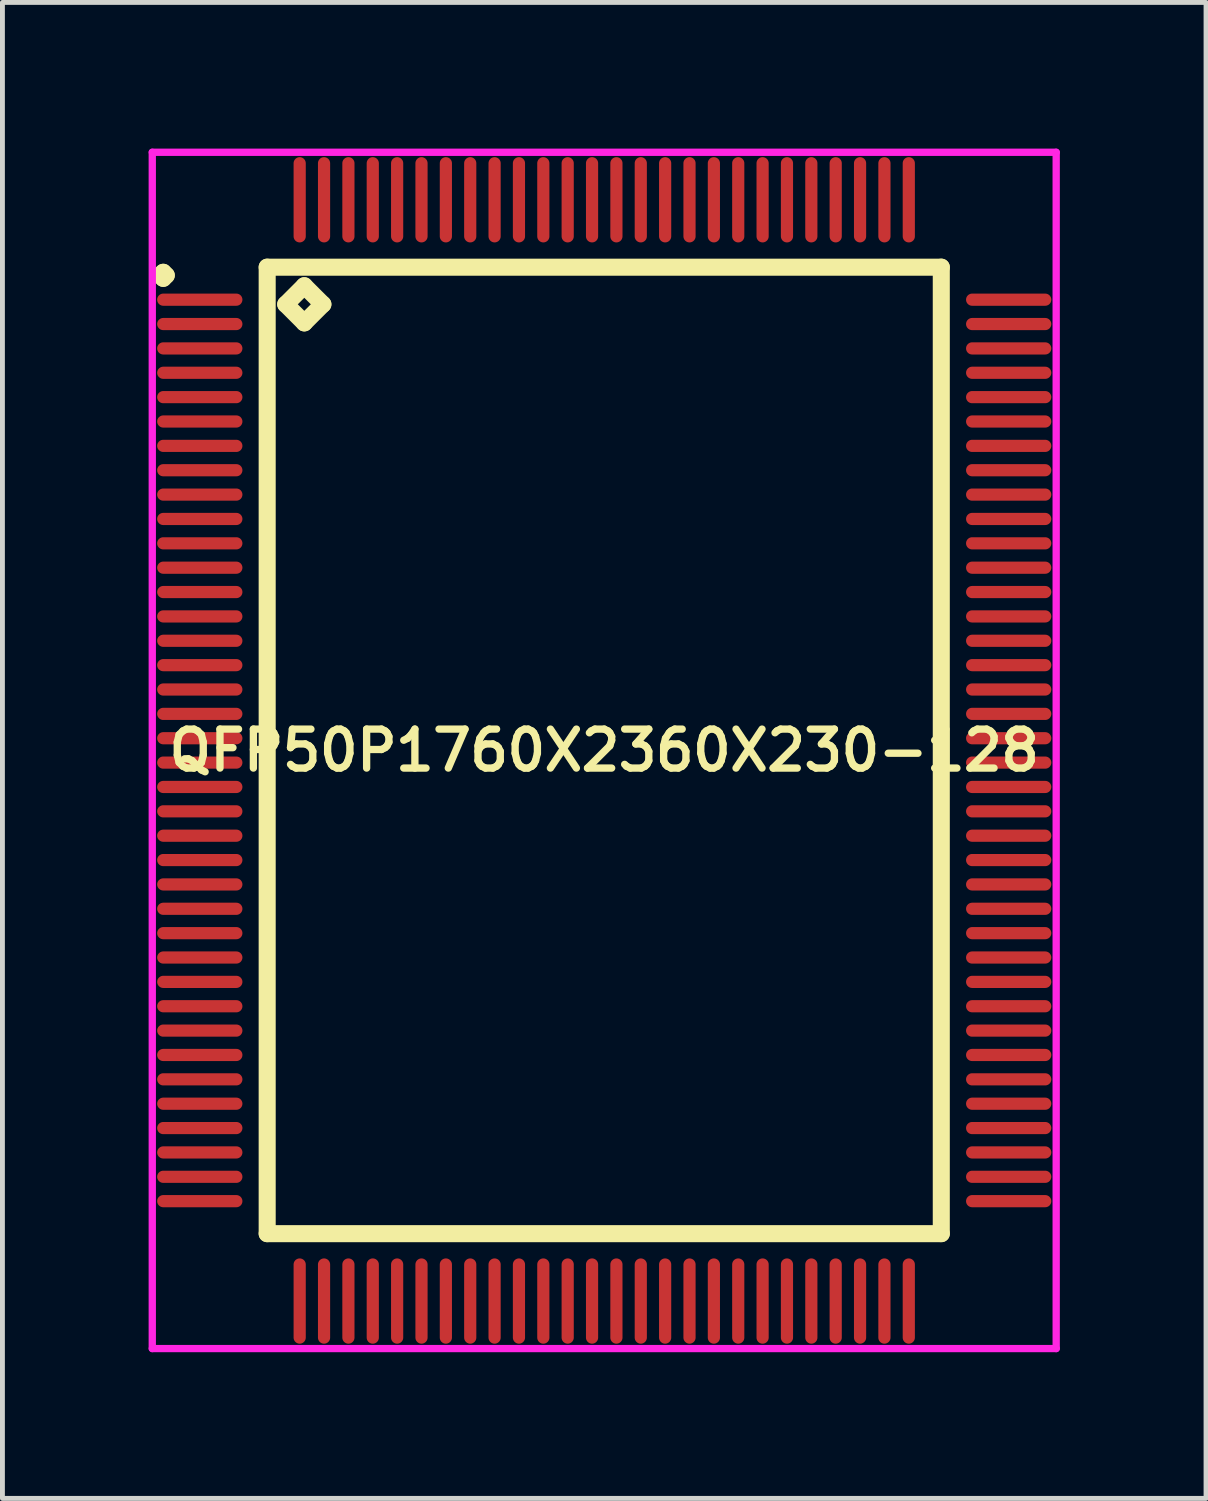
<source format=kicad_pcb>
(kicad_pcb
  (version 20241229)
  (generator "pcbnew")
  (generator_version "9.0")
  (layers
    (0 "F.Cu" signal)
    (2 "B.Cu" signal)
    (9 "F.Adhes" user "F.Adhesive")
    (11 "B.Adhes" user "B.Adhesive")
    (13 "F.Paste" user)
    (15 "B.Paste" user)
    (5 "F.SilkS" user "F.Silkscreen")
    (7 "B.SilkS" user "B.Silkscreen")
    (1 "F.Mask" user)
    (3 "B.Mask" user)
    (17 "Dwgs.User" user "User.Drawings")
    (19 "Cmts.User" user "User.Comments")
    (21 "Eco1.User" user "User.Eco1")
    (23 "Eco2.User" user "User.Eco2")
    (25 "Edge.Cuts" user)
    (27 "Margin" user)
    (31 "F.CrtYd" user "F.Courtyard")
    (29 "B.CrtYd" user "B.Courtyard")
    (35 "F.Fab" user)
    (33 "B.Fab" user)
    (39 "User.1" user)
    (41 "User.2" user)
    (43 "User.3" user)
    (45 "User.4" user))
  (footprint "QFP50P1760X2360X230-128"
    (layer "F.Cu")
    (at 9.35 12.35)
    (property "Reference" "QFP50P1760X2360X230-128" (at 0 0 0) (layer "F.SilkS") (effects (font (size 0.8 0.8) (thickness 0.15))))
    (attr smd)
    (fp_line (start -9.113 -9.75) (end -9.05 -9.812) (stroke (width 0.35) (type solid)) (layer "F.SilkS"))
    (fp_line (start -9.05 -9.812) (end -8.988 -9.75) (stroke (width 0.35) (type solid)) (layer "F.SilkS"))
    (fp_line (start -9.05 -9.688) (end -9.113 -9.75) (stroke (width 0.35) (type solid)) (layer "F.SilkS"))
    (fp_line (start -8.988 -9.75) (end -9.05 -9.688) (stroke (width 0.35) (type solid)) (layer "F.SilkS"))
    (fp_line (start -6.917 -9.917) (end -6.917 9.917) (stroke (width 0.35) (type solid)) (layer "F.SilkS"))
    (fp_line (start -6.917 9.917) (end 6.917 9.917) (stroke (width 0.35) (type solid)) (layer "F.SilkS"))
    (fp_line (start -6.536 -9.155) (end -6.155 -9.536) (stroke (width 0.35) (type solid)) (layer "F.SilkS"))
    (fp_line (start -6.155 -9.536) (end -5.774 -9.155) (stroke (width 0.35) (type solid)) (layer "F.SilkS"))
    (fp_line (start -6.155 -8.774) (end -6.536 -9.155) (stroke (width 0.35) (type solid)) (layer "F.SilkS"))
    (fp_line (start -5.774 -9.155) (end -6.155 -8.774) (stroke (width 0.35) (type solid)) (layer "F.SilkS"))
    (fp_line (start 6.917 -9.917) (end -6.917 -9.917) (stroke (width 0.35) (type solid)) (layer "F.SilkS"))
    (fp_line (start 6.917 9.917) (end 6.917 -9.917) (stroke (width 0.35) (type solid)) (layer "F.SilkS"))
    (fp_line (start -9.275 -12.275) (end 9.275 -12.275) (stroke (width 0.15) (type solid)) (layer "F.CrtYd"))
    (fp_line (start -9.275 12.275) (end -9.275 -12.275) (stroke (width 0.15) (type solid)) (layer "F.CrtYd"))
    (fp_line (start 9.275 -12.275) (end 9.275 12.275) (stroke (width 0.15) (type solid)) (layer "F.CrtYd"))
    (fp_line (start 9.275 12.275) (end -9.275 12.275) (stroke (width 0.15) (type solid)) (layer "F.CrtYd"))
    (pad "1" smd oval (at -8.3 -9.25) (size 1.75 0.25) (layers "F.Cu" "F.Mask" "F.Paste"))
    (pad "2" smd oval (at -8.3 -8.75) (size 1.75 0.25) (layers "F.Cu" "F.Mask" "F.Paste"))
    (pad "3" smd oval (at -8.3 -8.25) (size 1.75 0.25) (layers "F.Cu" "F.Mask" "F.Paste"))
    (pad "4" smd oval (at -8.3 -7.75) (size 1.75 0.25) (layers "F.Cu" "F.Mask" "F.Paste"))
    (pad "5" smd oval (at -8.3 -7.25) (size 1.75 0.25) (layers "F.Cu" "F.Mask" "F.Paste"))
    (pad "6" smd oval (at -8.3 -6.75) (size 1.75 0.25) (layers "F.Cu" "F.Mask" "F.Paste"))
    (pad "7" smd oval (at -8.3 -6.25) (size 1.75 0.25) (layers "F.Cu" "F.Mask" "F.Paste"))
    (pad "8" smd oval (at -8.3 -5.75) (size 1.75 0.25) (layers "F.Cu" "F.Mask" "F.Paste"))
    (pad "9" smd oval (at -8.3 -5.25) (size 1.75 0.25) (layers "F.Cu" "F.Mask" "F.Paste"))
    (pad "10" smd oval (at -8.3 -4.75) (size 1.75 0.25) (layers "F.Cu" "F.Mask" "F.Paste"))
    (pad "11" smd oval (at -8.3 -4.25) (size 1.75 0.25) (layers "F.Cu" "F.Mask" "F.Paste"))
    (pad "12" smd oval (at -8.3 -3.75) (size 1.75 0.25) (layers "F.Cu" "F.Mask" "F.Paste"))
    (pad "13" smd oval (at -8.3 -3.25) (size 1.75 0.25) (layers "F.Cu" "F.Mask" "F.Paste"))
    (pad "14" smd oval (at -8.3 -2.75) (size 1.75 0.25) (layers "F.Cu" "F.Mask" "F.Paste"))
    (pad "15" smd oval (at -8.3 -2.25) (size 1.75 0.25) (layers "F.Cu" "F.Mask" "F.Paste"))
    (pad "16" smd oval (at -8.3 -1.75) (size 1.75 0.25) (layers "F.Cu" "F.Mask" "F.Paste"))
    (pad "17" smd oval (at -8.3 -1.25) (size 1.75 0.25) (layers "F.Cu" "F.Mask" "F.Paste"))
    (pad "18" smd oval (at -8.3 -0.75) (size 1.75 0.25) (layers "F.Cu" "F.Mask" "F.Paste"))
    (pad "19" smd oval (at -8.3 -0.25) (size 1.75 0.25) (layers "F.Cu" "F.Mask" "F.Paste"))
    (pad "20" smd oval (at -8.3 0.25) (size 1.75 0.25) (layers "F.Cu" "F.Mask" "F.Paste"))
    (pad "21" smd oval (at -8.3 0.75) (size 1.75 0.25) (layers "F.Cu" "F.Mask" "F.Paste"))
    (pad "22" smd oval (at -8.3 1.25) (size 1.75 0.25) (layers "F.Cu" "F.Mask" "F.Paste"))
    (pad "23" smd oval (at -8.3 1.75) (size 1.75 0.25) (layers "F.Cu" "F.Mask" "F.Paste"))
    (pad "24" smd oval (at -8.3 2.25) (size 1.75 0.25) (layers "F.Cu" "F.Mask" "F.Paste"))
    (pad "25" smd oval (at -8.3 2.75) (size 1.75 0.25) (layers "F.Cu" "F.Mask" "F.Paste"))
    (pad "26" smd oval (at -8.3 3.25) (size 1.75 0.25) (layers "F.Cu" "F.Mask" "F.Paste"))
    (pad "27" smd oval (at -8.3 3.75) (size 1.75 0.25) (layers "F.Cu" "F.Mask" "F.Paste"))
    (pad "28" smd oval (at -8.3 4.25) (size 1.75 0.25) (layers "F.Cu" "F.Mask" "F.Paste"))
    (pad "29" smd oval (at -8.3 4.75) (size 1.75 0.25) (layers "F.Cu" "F.Mask" "F.Paste"))
    (pad "30" smd oval (at -8.3 5.25) (size 1.75 0.25) (layers "F.Cu" "F.Mask" "F.Paste"))
    (pad "31" smd oval (at -8.3 5.75) (size 1.75 0.25) (layers "F.Cu" "F.Mask" "F.Paste"))
    (pad "32" smd oval (at -8.3 6.25) (size 1.75 0.25) (layers "F.Cu" "F.Mask" "F.Paste"))
    (pad "33" smd oval (at -8.3 6.75) (size 1.75 0.25) (layers "F.Cu" "F.Mask" "F.Paste"))
    (pad "34" smd oval (at -8.3 7.25) (size 1.75 0.25) (layers "F.Cu" "F.Mask" "F.Paste"))
    (pad "35" smd oval (at -8.3 7.75) (size 1.75 0.25) (layers "F.Cu" "F.Mask" "F.Paste"))
    (pad "36" smd oval (at -8.3 8.25) (size 1.75 0.25) (layers "F.Cu" "F.Mask" "F.Paste"))
    (pad "37" smd oval (at -8.3 8.75) (size 1.75 0.25) (layers "F.Cu" "F.Mask" "F.Paste"))
    (pad "38" smd oval (at -8.3 9.25) (size 1.75 0.25) (layers "F.Cu" "F.Mask" "F.Paste"))
    (pad "39" smd oval (at -6.25 11.3) (size 0.25 1.75) (layers "F.Cu" "F.Mask" "F.Paste"))
    (pad "40" smd oval (at -5.75 11.3) (size 0.25 1.75) (layers "F.Cu" "F.Mask" "F.Paste"))
    (pad "41" smd oval (at -5.25 11.3) (size 0.25 1.75) (layers "F.Cu" "F.Mask" "F.Paste"))
    (pad "42" smd oval (at -4.75 11.3) (size 0.25 1.75) (layers "F.Cu" "F.Mask" "F.Paste"))
    (pad "43" smd oval (at -4.25 11.3) (size 0.25 1.75) (layers "F.Cu" "F.Mask" "F.Paste"))
    (pad "44" smd oval (at -3.75 11.3) (size 0.25 1.75) (layers "F.Cu" "F.Mask" "F.Paste"))
    (pad "45" smd oval (at -3.25 11.3) (size 0.25 1.75) (layers "F.Cu" "F.Mask" "F.Paste"))
    (pad "46" smd oval (at -2.75 11.3) (size 0.25 1.75) (layers "F.Cu" "F.Mask" "F.Paste"))
    (pad "47" smd oval (at -2.25 11.3) (size 0.25 1.75) (layers "F.Cu" "F.Mask" "F.Paste"))
    (pad "48" smd oval (at -1.75 11.3) (size 0.25 1.75) (layers "F.Cu" "F.Mask" "F.Paste"))
    (pad "49" smd oval (at -1.25 11.3) (size 0.25 1.75) (layers "F.Cu" "F.Mask" "F.Paste"))
    (pad "50" smd oval (at -0.75 11.3) (size 0.25 1.75) (layers "F.Cu" "F.Mask" "F.Paste"))
    (pad "51" smd oval (at -0.25 11.3) (size 0.25 1.75) (layers "F.Cu" "F.Mask" "F.Paste"))
    (pad "52" smd oval (at 0.25 11.3) (size 0.25 1.75) (layers "F.Cu" "F.Mask" "F.Paste"))
    (pad "53" smd oval (at 0.75 11.3) (size 0.25 1.75) (layers "F.Cu" "F.Mask" "F.Paste"))
    (pad "54" smd oval (at 1.25 11.3) (size 0.25 1.75) (layers "F.Cu" "F.Mask" "F.Paste"))
    (pad "55" smd oval (at 1.75 11.3) (size 0.25 1.75) (layers "F.Cu" "F.Mask" "F.Paste"))
    (pad "56" smd oval (at 2.25 11.3) (size 0.25 1.75) (layers "F.Cu" "F.Mask" "F.Paste"))
    (pad "57" smd oval (at 2.75 11.3) (size 0.25 1.75) (layers "F.Cu" "F.Mask" "F.Paste"))
    (pad "58" smd oval (at 3.25 11.3) (size 0.25 1.75) (layers "F.Cu" "F.Mask" "F.Paste"))
    (pad "59" smd oval (at 3.75 11.3) (size 0.25 1.75) (layers "F.Cu" "F.Mask" "F.Paste"))
    (pad "60" smd oval (at 4.25 11.3) (size 0.25 1.75) (layers "F.Cu" "F.Mask" "F.Paste"))
    (pad "61" smd oval (at 4.75 11.3) (size 0.25 1.75) (layers "F.Cu" "F.Mask" "F.Paste"))
    (pad "62" smd oval (at 5.25 11.3) (size 0.25 1.75) (layers "F.Cu" "F.Mask" "F.Paste"))
    (pad "63" smd oval (at 5.75 11.3) (size 0.25 1.75) (layers "F.Cu" "F.Mask" "F.Paste"))
    (pad "64" smd oval (at 6.25 11.3) (size 0.25 1.75) (layers "F.Cu" "F.Mask" "F.Paste"))
    (pad "65" smd oval (at 8.3 9.25) (size 1.75 0.25) (layers "F.Cu" "F.Mask" "F.Paste"))
    (pad "66" smd oval (at 8.3 8.75) (size 1.75 0.25) (layers "F.Cu" "F.Mask" "F.Paste"))
    (pad "67" smd oval (at 8.3 8.25) (size 1.75 0.25) (layers "F.Cu" "F.Mask" "F.Paste"))
    (pad "68" smd oval (at 8.3 7.75) (size 1.75 0.25) (layers "F.Cu" "F.Mask" "F.Paste"))
    (pad "69" smd oval (at 8.3 7.25) (size 1.75 0.25) (layers "F.Cu" "F.Mask" "F.Paste"))
    (pad "70" smd oval (at 8.3 6.75) (size 1.75 0.25) (layers "F.Cu" "F.Mask" "F.Paste"))
    (pad "71" smd oval (at 8.3 6.25) (size 1.75 0.25) (layers "F.Cu" "F.Mask" "F.Paste"))
    (pad "72" smd oval (at 8.3 5.75) (size 1.75 0.25) (layers "F.Cu" "F.Mask" "F.Paste"))
    (pad "73" smd oval (at 8.3 5.25) (size 1.75 0.25) (layers "F.Cu" "F.Mask" "F.Paste"))
    (pad "74" smd oval (at 8.3 4.75) (size 1.75 0.25) (layers "F.Cu" "F.Mask" "F.Paste"))
    (pad "75" smd oval (at 8.3 4.25) (size 1.75 0.25) (layers "F.Cu" "F.Mask" "F.Paste"))
    (pad "76" smd oval (at 8.3 3.75) (size 1.75 0.25) (layers "F.Cu" "F.Mask" "F.Paste"))
    (pad "77" smd oval (at 8.3 3.25) (size 1.75 0.25) (layers "F.Cu" "F.Mask" "F.Paste"))
    (pad "78" smd oval (at 8.3 2.75) (size 1.75 0.25) (layers "F.Cu" "F.Mask" "F.Paste"))
    (pad "79" smd oval (at 8.3 2.25) (size 1.75 0.25) (layers "F.Cu" "F.Mask" "F.Paste"))
    (pad "80" smd oval (at 8.3 1.75) (size 1.75 0.25) (layers "F.Cu" "F.Mask" "F.Paste"))
    (pad "81" smd oval (at 8.3 1.25) (size 1.75 0.25) (layers "F.Cu" "F.Mask" "F.Paste"))
    (pad "82" smd oval (at 8.3 0.75) (size 1.75 0.25) (layers "F.Cu" "F.Mask" "F.Paste"))
    (pad "83" smd oval (at 8.3 0.25) (size 1.75 0.25) (layers "F.Cu" "F.Mask" "F.Paste"))
    (pad "84" smd oval (at 8.3 -0.25) (size 1.75 0.25) (layers "F.Cu" "F.Mask" "F.Paste"))
    (pad "85" smd oval (at 8.3 -0.75) (size 1.75 0.25) (layers "F.Cu" "F.Mask" "F.Paste"))
    (pad "86" smd oval (at 8.3 -1.25) (size 1.75 0.25) (layers "F.Cu" "F.Mask" "F.Paste"))
    (pad "87" smd oval (at 8.3 -1.75) (size 1.75 0.25) (layers "F.Cu" "F.Mask" "F.Paste"))
    (pad "88" smd oval (at 8.3 -2.25) (size 1.75 0.25) (layers "F.Cu" "F.Mask" "F.Paste"))
    (pad "89" smd oval (at 8.3 -2.75) (size 1.75 0.25) (layers "F.Cu" "F.Mask" "F.Paste"))
    (pad "90" smd oval (at 8.3 -3.25) (size 1.75 0.25) (layers "F.Cu" "F.Mask" "F.Paste"))
    (pad "91" smd oval (at 8.3 -3.75) (size 1.75 0.25) (layers "F.Cu" "F.Mask" "F.Paste"))
    (pad "92" smd oval (at 8.3 -4.25) (size 1.75 0.25) (layers "F.Cu" "F.Mask" "F.Paste"))
    (pad "93" smd oval (at 8.3 -4.75) (size 1.75 0.25) (layers "F.Cu" "F.Mask" "F.Paste"))
    (pad "94" smd oval (at 8.3 -5.25) (size 1.75 0.25) (layers "F.Cu" "F.Mask" "F.Paste"))
    (pad "95" smd oval (at 8.3 -5.75) (size 1.75 0.25) (layers "F.Cu" "F.Mask" "F.Paste"))
    (pad "96" smd oval (at 8.3 -6.25) (size 1.75 0.25) (layers "F.Cu" "F.Mask" "F.Paste"))
    (pad "97" smd oval (at 8.3 -6.75) (size 1.75 0.25) (layers "F.Cu" "F.Mask" "F.Paste"))
    (pad "98" smd oval (at 8.3 -7.25) (size 1.75 0.25) (layers "F.Cu" "F.Mask" "F.Paste"))
    (pad "99" smd oval (at 8.3 -7.75) (size 1.75 0.25) (layers "F.Cu" "F.Mask" "F.Paste"))
    (pad "100" smd oval (at 8.3 -8.25) (size 1.75 0.25) (layers "F.Cu" "F.Mask" "F.Paste"))
    (pad "101" smd oval (at 8.3 -8.75) (size 1.75 0.25) (layers "F.Cu" "F.Mask" "F.Paste"))
    (pad "102" smd oval (at 8.3 -9.25) (size 1.75 0.25) (layers "F.Cu" "F.Mask" "F.Paste"))
    (pad "103" smd oval (at 6.25 -11.3) (size 0.25 1.75) (layers "F.Cu" "F.Mask" "F.Paste"))
    (pad "104" smd oval (at 5.75 -11.3) (size 0.25 1.75) (layers "F.Cu" "F.Mask" "F.Paste"))
    (pad "105" smd oval (at 5.25 -11.3) (size 0.25 1.75) (layers "F.Cu" "F.Mask" "F.Paste"))
    (pad "106" smd oval (at 4.75 -11.3) (size 0.25 1.75) (layers "F.Cu" "F.Mask" "F.Paste"))
    (pad "107" smd oval (at 4.25 -11.3) (size 0.25 1.75) (layers "F.Cu" "F.Mask" "F.Paste"))
    (pad "108" smd oval (at 3.75 -11.3) (size 0.25 1.75) (layers "F.Cu" "F.Mask" "F.Paste"))
    (pad "109" smd oval (at 3.25 -11.3) (size 0.25 1.75) (layers "F.Cu" "F.Mask" "F.Paste"))
    (pad "110" smd oval (at 2.75 -11.3) (size 0.25 1.75) (layers "F.Cu" "F.Mask" "F.Paste"))
    (pad "111" smd oval (at 2.25 -11.3) (size 0.25 1.75) (layers "F.Cu" "F.Mask" "F.Paste"))
    (pad "112" smd oval (at 1.75 -11.3) (size 0.25 1.75) (layers "F.Cu" "F.Mask" "F.Paste"))
    (pad "113" smd oval (at 1.25 -11.3) (size 0.25 1.75) (layers "F.Cu" "F.Mask" "F.Paste"))
    (pad "114" smd oval (at 0.75 -11.3) (size 0.25 1.75) (layers "F.Cu" "F.Mask" "F.Paste"))
    (pad "115" smd oval (at 0.25 -11.3) (size 0.25 1.75) (layers "F.Cu" "F.Mask" "F.Paste"))
    (pad "116" smd oval (at -0.25 -11.3) (size 0.25 1.75) (layers "F.Cu" "F.Mask" "F.Paste"))
    (pad "117" smd oval (at -0.75 -11.3) (size 0.25 1.75) (layers "F.Cu" "F.Mask" "F.Paste"))
    (pad "118" smd oval (at -1.25 -11.3) (size 0.25 1.75) (layers "F.Cu" "F.Mask" "F.Paste"))
    (pad "119" smd oval (at -1.75 -11.3) (size 0.25 1.75) (layers "F.Cu" "F.Mask" "F.Paste"))
    (pad "120" smd oval (at -2.25 -11.3) (size 0.25 1.75) (layers "F.Cu" "F.Mask" "F.Paste"))
    (pad "121" smd oval (at -2.75 -11.3) (size 0.25 1.75) (layers "F.Cu" "F.Mask" "F.Paste"))
    (pad "122" smd oval (at -3.25 -11.3) (size 0.25 1.75) (layers "F.Cu" "F.Mask" "F.Paste"))
    (pad "123" smd oval (at -3.75 -11.3) (size 0.25 1.75) (layers "F.Cu" "F.Mask" "F.Paste"))
    (pad "124" smd oval (at -4.25 -11.3) (size 0.25 1.75) (layers "F.Cu" "F.Mask" "F.Paste"))
    (pad "125" smd oval (at -4.75 -11.3) (size 0.25 1.75) (layers "F.Cu" "F.Mask" "F.Paste"))
    (pad "126" smd oval (at -5.25 -11.3) (size 0.25 1.75) (layers "F.Cu" "F.Mask" "F.Paste"))
    (pad "127" smd oval (at -5.75 -11.3) (size 0.25 1.75) (layers "F.Cu" "F.Mask" "F.Paste"))
    (pad "128" smd oval (at -6.25 -11.3) (size 0.25 1.75) (layers "F.Cu" "F.Mask" "F.Paste")))
  (gr_rect
    (start -3 -3)
    (end 21.7 27.7)
    (stroke (width 0.1) (type default))
    (fill no)
    (layer "Edge.Cuts")))
</source>
